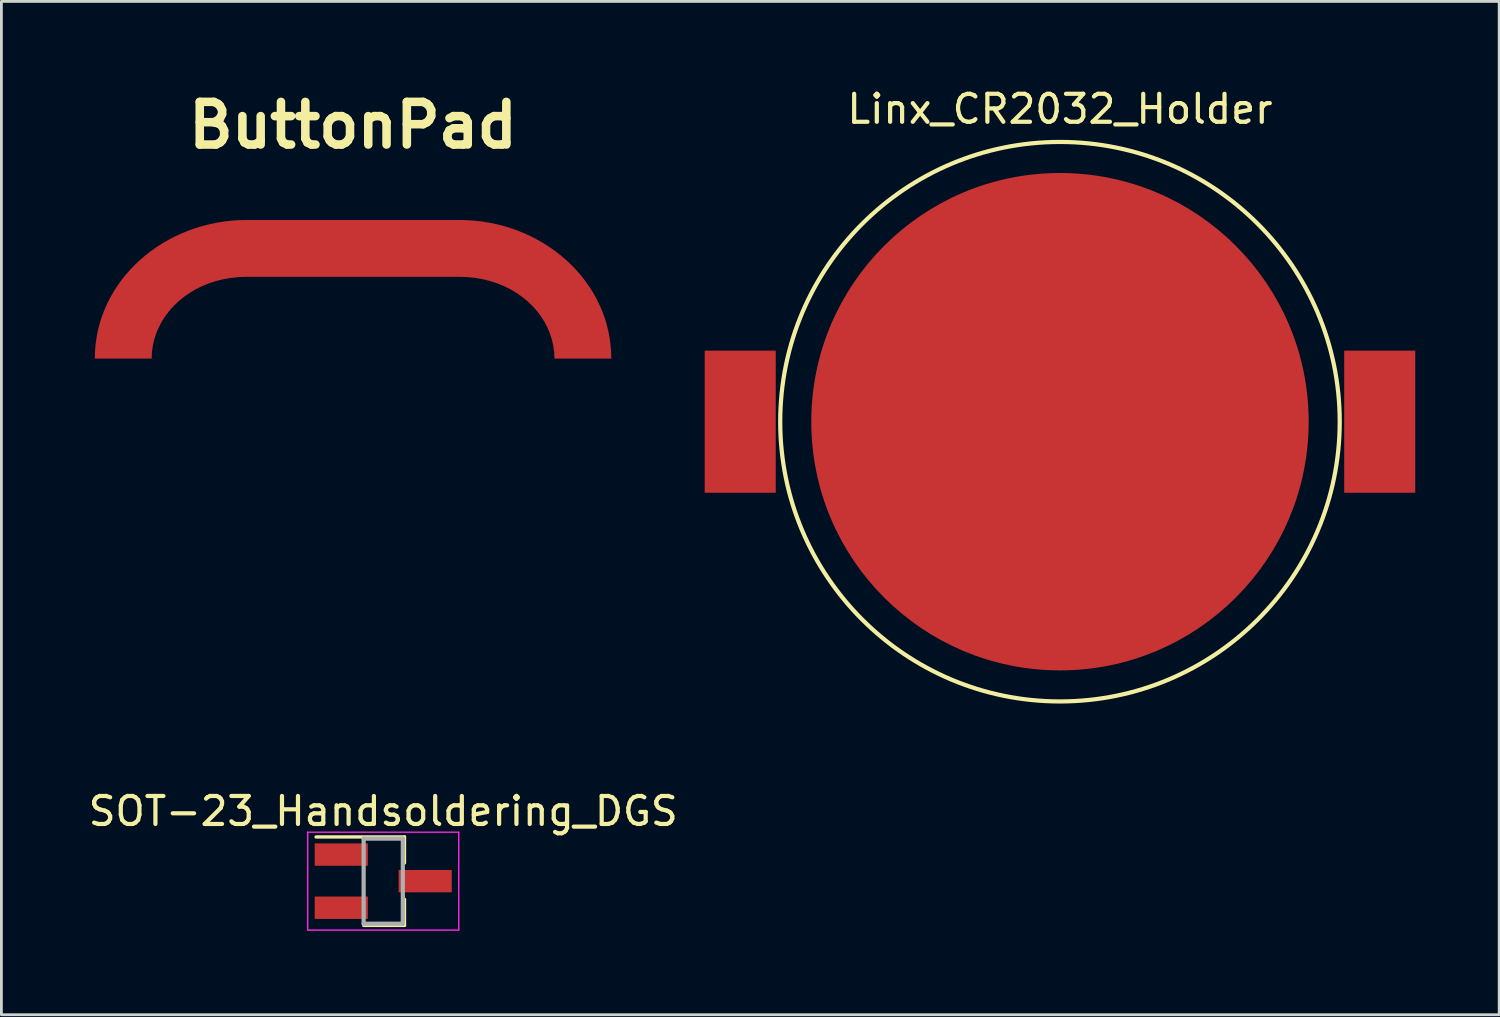
<source format=kicad_pcb>
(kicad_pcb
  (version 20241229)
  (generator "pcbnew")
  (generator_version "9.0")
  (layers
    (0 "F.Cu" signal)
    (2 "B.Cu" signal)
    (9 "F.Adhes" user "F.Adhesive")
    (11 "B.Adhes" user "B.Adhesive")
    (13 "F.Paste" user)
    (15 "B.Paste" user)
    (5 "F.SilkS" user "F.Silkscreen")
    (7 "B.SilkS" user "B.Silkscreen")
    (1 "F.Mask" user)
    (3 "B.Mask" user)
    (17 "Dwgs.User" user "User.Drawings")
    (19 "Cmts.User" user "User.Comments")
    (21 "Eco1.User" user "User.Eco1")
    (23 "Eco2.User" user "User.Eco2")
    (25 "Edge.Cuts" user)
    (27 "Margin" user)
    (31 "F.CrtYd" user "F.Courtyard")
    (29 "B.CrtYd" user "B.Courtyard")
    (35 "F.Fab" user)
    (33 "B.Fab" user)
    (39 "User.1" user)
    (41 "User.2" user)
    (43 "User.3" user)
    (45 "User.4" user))
  (footprint "Linx_CR2032_Holder"
    (layer "F.Cu")
    (at 34.84 12.024)
    (property "Reference" "Linx_CR2032_Holder" (at 0 -11.176 0) (layer "F.SilkS") (effects (font (size 1 1) (thickness 0.15))))
    (attr through_hole)
    (fp_circle (center 0 0) (end 10 0) (stroke (width 0.15) (type solid)) (fill no) (layer "F.SilkS"))
    (pad "1" smd circle (at 0 0) (size 17.78 17.78) (layers "F.Cu" "F.Mask" "F.Paste"))
    (pad "2" smd rect (at -11.43 0) (size 2.54 5.08) (layers "F.Cu" "F.Mask" "F.Paste"))
    (pad "2" smd rect (at 11.43 0) (size 2.54 5.08) (layers "F.Cu" "F.Mask" "F.Paste")))
  (footprint "ButtonPad"
    (layer "F.Cu")
    (at 9.57 7.251)
    (property "Reference" "ButtonPad" (at 0 -5.824 0) (layer "F.SilkS") (effects (font (size 1.524 1.524) (thickness 0.305))))
    (attr smd)
    (fp_poly (pts (xy -3.804 -2.438) (xy -4.077 -2.431) (xy -4.348 -2.413) (xy -4.615 -2.382) (xy -4.879 -2.339) (xy -5.138 -2.285) (xy -5.393 -2.22) (xy -5.643 -2.143) (xy -5.888 -2.056) (xy -6.128 -1.958) (xy -6.361 -1.851) (xy -6.589 -1.733) (xy -6.809 -1.606) (xy -7.022 -1.469) (xy -7.228 -1.324) (xy -7.427 -1.17) (xy -7.616 -1.007) (xy -7.798 -0.836) (xy -7.97 -0.657) (xy -8.133 -0.471) (xy -8.286 -0.277) (xy -8.43 -0.076) (xy -8.562 0.131) (xy -8.684 0.345) (xy -8.795 0.566) (xy -8.894 0.792) (xy -8.981 1.024) (xy -9.056 1.261) (xy -9.118 1.503) (xy -9.167 1.751) (xy -9.202 2.002) (xy -9.224 2.258) (xy -9.231 2.518) (xy -7.199 2.518) (xy -7.188 2.284) (xy -7.157 2.054) (xy -7.105 1.83) (xy -7.034 1.611) (xy -6.944 1.398) (xy -6.835 1.194) (xy -6.71 0.997) (xy -6.567 0.81) (xy -6.409 0.633) (xy -6.235 0.467) (xy -6.047 0.313) (xy -5.844 0.171) (xy -5.629 0.043) (xy -5.4 -0.071) (xy -5.16 -0.17) (xy -4.908 -0.252) (xy -4.646 -0.318) (xy -4.374 -0.366) (xy -4.093 -0.396) (xy -3.804 -0.406) (xy 3.804 -0.406) (xy 4.094 -0.396) (xy 4.375 -0.366) (xy 4.647 -0.318) (xy 4.909 -0.252) (xy 5.16 -0.17) (xy 5.401 -0.071) (xy 5.629 0.043) (xy 5.845 0.171) (xy 6.047 0.313) (xy 6.236 0.467) (xy 6.409 0.633) (xy 6.568 0.81) (xy 6.71 0.997) (xy 6.836 1.194) (xy 6.944 1.398) (xy 7.034 1.611) (xy 7.105 1.83) (xy 7.157 2.054) (xy 7.189 2.284) (xy 7.199 2.518) (xy 9.231 2.518) (xy 9.224 2.258) (xy 9.202 2.002) (xy 9.167 1.751) (xy 9.118 1.503) (xy 9.056 1.261) (xy 8.982 1.024) (xy 8.895 0.792) (xy 8.795 0.566) (xy 8.685 0.345) (xy 8.563 0.131) (xy 8.43 -0.076) (xy 8.287 -0.277) (xy 8.134 -0.471) (xy 7.971 -0.657) (xy 7.798 -0.836) (xy 7.617 -1.007) (xy 7.427 -1.17) (xy 7.229 -1.324) (xy 7.023 -1.469) (xy 6.809 -1.606) (xy 6.589 -1.733) (xy 6.362 -1.851) (xy 6.128 -1.958) (xy 5.889 -2.056) (xy 5.644 -2.143) (xy 5.394 -2.22) (xy 5.138 -2.285) (xy 4.879 -2.339) (xy 4.616 -2.382) (xy 4.348 -2.413) (xy 4.078 -2.431) (xy 3.804 -2.438) (xy -3.804 -2.438)) (stroke (width 0) (type solid)) (fill yes) (layer "F.Cu"))
    (fp_poly (pts (xy -3.804 -2.776) (xy -4.076 -2.771) (xy -4.345 -2.753) (xy -4.611 -2.725) (xy -4.874 -2.686) (xy -5.134 -2.637) (xy -5.39 -2.576) (xy -5.641 -2.506) (xy -5.888 -2.426) (xy -6.13 -2.336) (xy -6.367 -2.236) (xy -6.598 -2.127) (xy -6.823 -2.009) (xy -7.042 -1.882) (xy -7.254 -1.746) (xy -7.459 -1.602) (xy -7.657 -1.45) (xy -7.847 -1.289) (xy -8.029 -1.121) (xy -8.202 -0.946) (xy -8.367 -0.763) (xy -8.523 -0.572) (xy -8.67 -0.375) (xy -8.807 -0.172) (xy -8.933 0.038) (xy -9.049 0.255) (xy -9.155 0.477) (xy -9.249 0.705) (xy -9.332 0.939) (xy -9.403 1.178) (xy -9.462 1.422) (xy -9.509 1.671) (xy -9.542 1.925) (xy -9.563 2.183) (xy -9.569 2.445) (xy -9.57 2.776) (xy -6.861 2.776) (xy -6.86 2.445) (xy -6.849 2.219) (xy -6.814 1.999) (xy -6.758 1.784) (xy -6.681 1.576) (xy -6.584 1.376) (xy -6.467 1.186) (xy -6.331 1.005) (xy -6.176 0.834) (xy -6.005 0.676) (xy -5.817 0.53) (xy -5.613 0.398) (xy -5.394 0.28) (xy -5.16 0.178) (xy -4.913 0.092) (xy -4.653 0.024) (xy -4.381 -0.026) (xy -4.098 -0.056) (xy -3.804 -0.067) (xy 3.804 -0.067) (xy 4.098 -0.056) (xy 4.382 -0.026) (xy 4.654 0.024) (xy 4.914 0.092) (xy 5.161 0.178) (xy 5.394 0.28) (xy 5.613 0.398) (xy 5.817 0.53) (xy 6.005 0.676) (xy 6.177 0.834) (xy 6.331 1.005) (xy 6.467 1.186) (xy 6.584 1.376) (xy 6.682 1.576) (xy 6.759 1.784) (xy 6.815 1.999) (xy 6.849 2.219) (xy 6.861 2.445) (xy 6.849 2.776) (xy 9.558 2.776) (xy 9.57 2.445) (xy 9.563 2.183) (xy 9.543 1.925) (xy 9.509 1.671) (xy 9.463 1.422) (xy 9.404 1.178) (xy 9.333 0.939) (xy 9.25 0.705) (xy 9.155 0.477) (xy 9.05 0.255) (xy 8.934 0.038) (xy 8.807 -0.172) (xy 8.67 -0.375) (xy 8.524 -0.572) (xy 8.368 -0.763) (xy 8.203 -0.946) (xy 8.029 -1.121) (xy 7.847 -1.289) (xy 7.657 -1.45) (xy 7.459 -1.602) (xy 7.254 -1.746) (xy 7.042 -1.882) (xy 6.823 -2.009) (xy 6.598 -2.127) (xy 6.367 -2.236) (xy 6.131 -2.336) (xy 5.889 -2.426) (xy 5.642 -2.506) (xy 5.39 -2.576) (xy 5.135 -2.637) (xy 4.875 -2.686) (xy 4.612 -2.725) (xy 4.345 -2.753) (xy 4.076 -2.771) (xy 3.804 -2.776) (xy -3.804 -2.776)) (stroke (width 0) (type solid)) (fill yes) (layer "F.Mask"))
    (pad "1" smd rect (at 0 -1.27) (size 10.16 1.524) (layers "F.Cu")))
  (footprint "SOT-23_Handsoldering_DGS"
    (layer "F.Cu")
    (at 10.649 28.448)
    (property "Reference" "SOT-23_Handsoldering_DGS" (at 0 -2.5 0) (layer "F.SilkS") (effects (font (size 1 1) (thickness 0.15))))
    (attr smd)
    (fp_line (start 0.76 -1.58) (end -2.4 -1.58) (stroke (width 0.12) (type solid)) (layer "F.SilkS"))
    (fp_line (start 0.76 -1.58) (end 0.76 -0.65) (stroke (width 0.12) (type solid)) (layer "F.SilkS"))
    (fp_line (start 0.76 1.58) (end -0.7 1.58) (stroke (width 0.12) (type solid)) (layer "F.SilkS"))
    (fp_line (start 0.76 1.58) (end 0.76 0.65) (stroke (width 0.12) (type solid)) (layer "F.SilkS"))
    (fp_line (start -2.7 -1.75) (end 2.7 -1.75) (stroke (width 0.05) (type solid)) (layer "F.CrtYd"))
    (fp_line (start -2.7 1.75) (end -2.7 -1.75) (stroke (width 0.05) (type solid)) (layer "F.CrtYd"))
    (fp_line (start 2.7 -1.75) (end 2.7 1.75) (stroke (width 0.05) (type solid)) (layer "F.CrtYd"))
    (fp_line (start 2.7 1.75) (end -2.7 1.75) (stroke (width 0.05) (type solid)) (layer "F.CrtYd"))
    (fp_line (start -0.7 -1.52) (end -0.7 1.52) (stroke (width 0.15) (type solid)) (layer "F.Fab"))
    (fp_line (start -0.7 -1.52) (end 0.7 -1.52) (stroke (width 0.15) (type solid)) (layer "F.Fab"))
    (fp_line (start -0.7 1.52) (end 0.7 1.52) (stroke (width 0.15) (type solid)) (layer "F.Fab"))
    (fp_line (start 0.7 -1.52) (end 0.7 1.52) (stroke (width 0.15) (type solid)) (layer "F.Fab"))
    (pad "1" smd rect (at 1.5 0) (size 1.9 0.8) (layers "F.Cu" "F.Mask" "F.Paste"))
    (pad "2" smd rect (at -1.5 -0.95) (size 1.9 0.8) (layers "F.Cu" "F.Mask" "F.Paste"))
    (pad "3" smd rect (at -1.5 0.95) (size 1.9 0.8) (layers "F.Cu" "F.Mask" "F.Paste")))
  (gr_rect
    (start -3 -3)
    (end 50.54 33.222)
    (stroke (width 0.1) (type default))
    (fill no)
    (layer "Edge.Cuts")))
</source>
